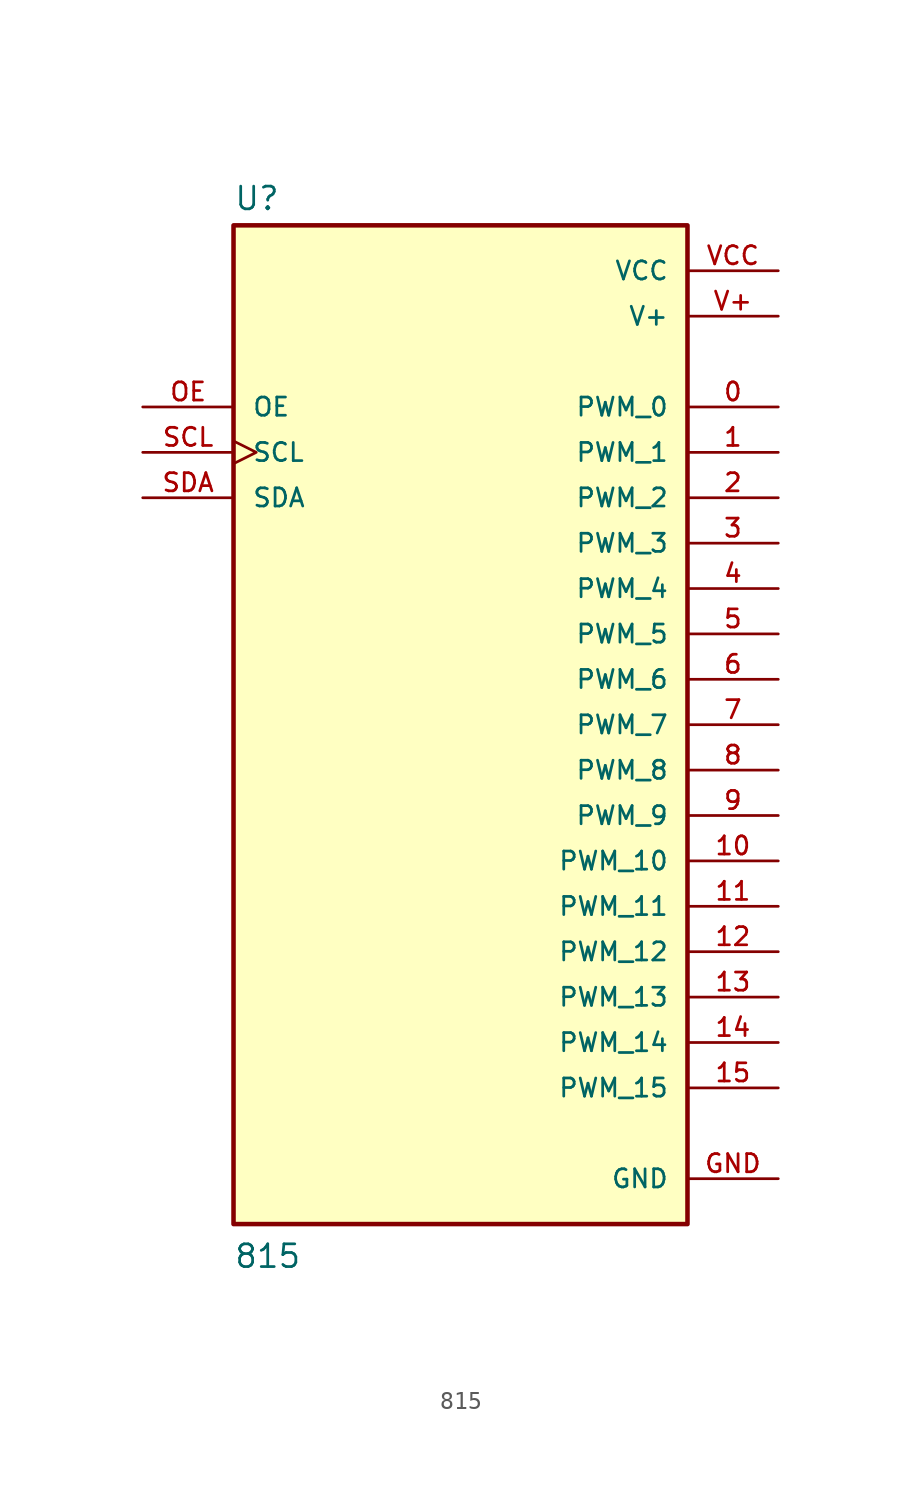
<source format=kicad_sym>
(kicad_symbol_lib
  (version 20220914)
  (generator kicad_symbol_editor)
  (symbol "815"
    (pin_names
      (offset 1.016))
    (property "Reference" "U"
      (at -12.7 28.702 0)
      (effects (font (size 1.27 1.27)) (justify left bottom)))
    (property "Value" "815"
      (at -12.7 -30.48 0)
      (effects (font (size 1.27 1.27)) (justify left bottom)))
    (symbol "815_0_0"
      (rectangle (start -12.7 27.94) (end 12.7 -27.94) (stroke (width 0.254) (type default)) (fill (type background)))
      (pin output line (at 17.78 17.78 180) (length 5.08) (name "PWM_0" (effects (font (size 1.016 1.016)))) (number "0" (effects (font (size 1.016 1.016)))))
      (pin output line (at 17.78 15.24 180) (length 5.08) (name "PWM_1" (effects (font (size 1.016 1.016)))) (number "1" (effects (font (size 1.016 1.016)))))
      (pin output line (at 17.78 -7.62 180) (length 5.08) (name "PWM_10" (effects (font (size 1.016 1.016)))) (number "10" (effects (font (size 1.016 1.016)))))
      (pin output line (at 17.78 -10.16 180) (length 5.08) (name "PWM_11" (effects (font (size 1.016 1.016)))) (number "11" (effects (font (size 1.016 1.016)))))
      (pin output line (at 17.78 -12.7 180) (length 5.08) (name "PWM_12" (effects (font (size 1.016 1.016)))) (number "12" (effects (font (size 1.016 1.016)))))
      (pin output line (at 17.78 -15.24 180) (length 5.08) (name "PWM_13" (effects (font (size 1.016 1.016)))) (number "13" (effects (font (size 1.016 1.016)))))
      (pin output line (at 17.78 -17.78 180) (length 5.08) (name "PWM_14" (effects (font (size 1.016 1.016)))) (number "14" (effects (font (size 1.016 1.016)))))
      (pin output line (at 17.78 -20.32 180) (length 5.08) (name "PWM_15" (effects (font (size 1.016 1.016)))) (number "15" (effects (font (size 1.016 1.016)))))
      (pin output line (at 17.78 12.7 180) (length 5.08) (name "PWM_2" (effects (font (size 1.016 1.016)))) (number "2" (effects (font (size 1.016 1.016)))))
      (pin output line (at 17.78 10.16 180) (length 5.08) (name "PWM_3" (effects (font (size 1.016 1.016)))) (number "3" (effects (font (size 1.016 1.016)))))
      (pin output line (at 17.78 7.62 180) (length 5.08) (name "PWM_4" (effects (font (size 1.016 1.016)))) (number "4" (effects (font (size 1.016 1.016)))))
      (pin output line (at 17.78 5.08 180) (length 5.08) (name "PWM_5" (effects (font (size 1.016 1.016)))) (number "5" (effects (font (size 1.016 1.016)))))
      (pin output line (at 17.78 2.54 180) (length 5.08) (name "PWM_6" (effects (font (size 1.016 1.016)))) (number "6" (effects (font (size 1.016 1.016)))))
      (pin output line (at 17.78 0 180) (length 5.08) (name "PWM_7" (effects (font (size 1.016 1.016)))) (number "7" (effects (font (size 1.016 1.016)))))
      (pin output line (at 17.78 -2.54 180) (length 5.08) (name "PWM_8" (effects (font (size 1.016 1.016)))) (number "8" (effects (font (size 1.016 1.016)))))
      (pin output line (at 17.78 -5.08 180) (length 5.08) (name "PWM_9" (effects (font (size 1.016 1.016)))) (number "9" (effects (font (size 1.016 1.016))))))
    (symbol "815_1_0"
      (pin power_in line (at 17.78 -25.4 180) (length 5.08) (name "GND" (effects (font (size 1.016 1.016)))) (number "GND" (effects (font (size 1.016 1.016)))))
      (pin input line (at -17.78 17.78 0) (length 5.08) (name "OE" (effects (font (size 1.016 1.016)))) (number "OE" (effects (font (size 1.016 1.016)))))
      (pin input clock (at -17.78 15.24 0) (length 5.08) (name "SCL" (effects (font (size 1.016 1.016)))) (number "SCL" (effects (font (size 1.016 1.016)))))
      (pin bidirectional line (at -17.78 12.7 0) (length 5.08) (name "SDA" (effects (font (size 1.016 1.016)))) (number "SDA" (effects (font (size 1.016 1.016)))))
      (pin power_in line (at 17.78 22.86 180) (length 5.08) (name "V+" (effects (font (size 1.016 1.016)))) (number "V+" (effects (font (size 1.016 1.016)))))
      (pin power_in line (at 17.78 25.4 180) (length 5.08) (name "VCC" (effects (font (size 1.016 1.016)))) (number "VCC" (effects (font (size 1.016 1.016))))))))
</source>
